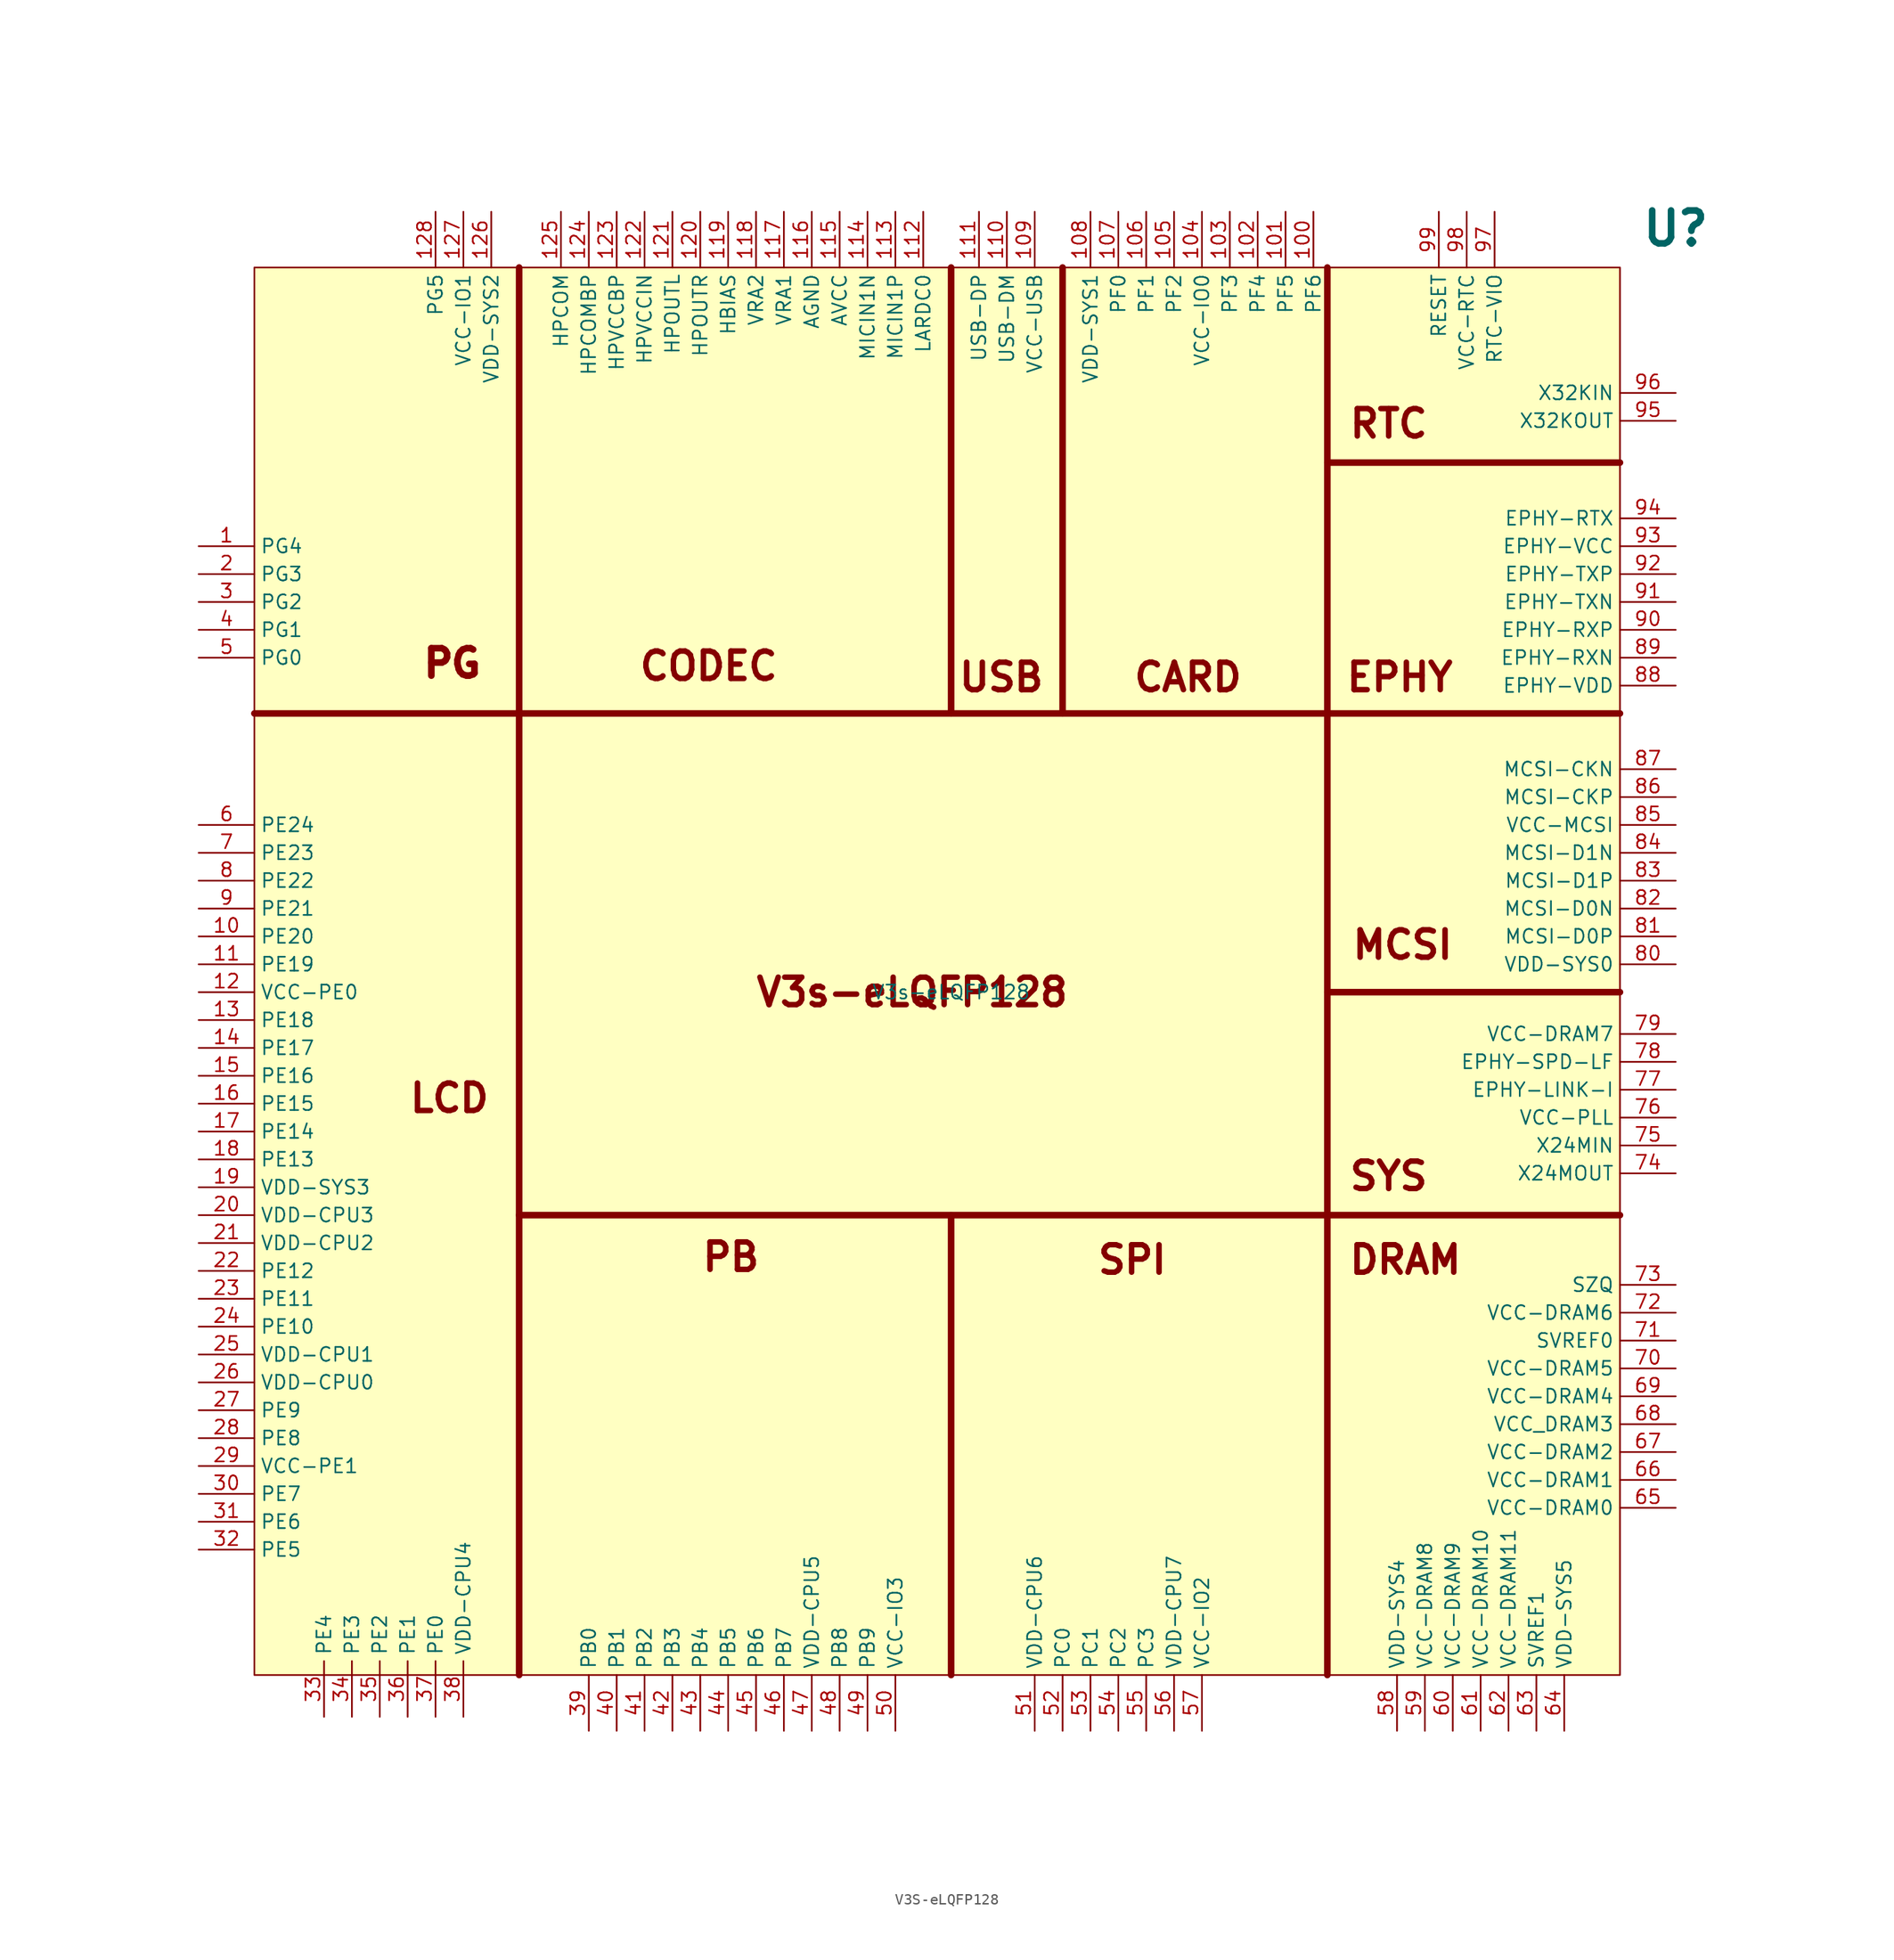
<source format=kicad_sym>
(kicad_symbol_lib
  (version 20241209)
  (generator "kicad_symbol_editor")
  (generator_version "9.0")
  (symbol "V3S-eLQFP128"
    (property "Reference" "U"
      (at 66.04 69.596 0)
      (effects (font (size 3 3) (thickness 0.6) (bold yes))))
    (property "Value" "V3s-eLQFP128"
      (at 0 0 0)
      (effects (font (size 1.27 1.27))))
    (symbol "V3S-eLQFP128_1_1"
      (rectangle (start -63.5 66.04) (end 60.96 -62.23) (stroke (width 0) (type solid)) (fill (type background)))
      (polyline (pts (xy -39.37 66.04) (xy -39.37 -62.23)) (stroke (width 0.6) (type solid)) (fill (type none)))
      (polyline (pts (xy 0 66.04) (xy 0 25.4)) (stroke (width 0.6) (type solid)) (fill (type none)))
      (polyline (pts (xy 0 -62.23) (xy 0 -20.32)) (stroke (width 0.6) (type solid)) (fill (type none)))
      (polyline (pts (xy 10.16 25.4) (xy 10.16 66.04)) (stroke (width 0.6) (type solid)) (fill (type none)))
      (polyline (pts (xy 34.29 48.26) (xy 60.96 48.26)) (stroke (width 0.6) (type solid)) (fill (type none)))
      (polyline (pts (xy 34.29 0) (xy 60.96 0)) (stroke (width 0.6) (type solid)) (fill (type none)))
      (polyline (pts (xy 34.29 -62.23) (xy 34.29 66.04)) (stroke (width 0.6) (type solid)) (fill (type none)))
      (polyline (pts (xy 60.96 25.4) (xy -63.5 25.4)) (stroke (width 0.6) (type solid)) (fill (type none)))
      (polyline (pts (xy 60.96 -20.32) (xy -39.37 -20.32)) (stroke (width 0.6) (type solid)) (fill (type none)))
      (text "LCD" (at -45.72 -9.652 0) (effects (font (size 2.5 2.5) (thickness 0.5) (bold yes))))
      (text "PG" (at -45.466 29.972 0) (effects (font (size 2.5 2.5) (thickness 0.6) (bold yes))))
      (text "CODEC" (at -22.098 29.718 0) (effects (font (size 2.5 2.5) (thickness 0.5) (bold yes))))
      (text "PB" (at -20.066 -24.13 0) (effects (font (size 2.5 2.5) (thickness 0.5) (bold yes))))
      (text "V3s-eLQFP128" (at -3.556 0 0) (effects (font (size 2.5 2.5) (thickness 0.5) (bold yes))))
      (text "USB" (at 4.572 28.702 0) (effects (font (size 2.5 2.5) (thickness 0.5) (bold yes))))
      (text "SPI" (at 16.51 -24.384 0) (effects (font (size 2.5 2.5) (thickness 0.5) (bold yes))))
      (text "CARD" (at 21.59 28.702 0) (effects (font (size 2.5 2.5) (thickness 0.5) (bold yes))))
      (text "RTC" (at 39.878 51.816 0) (effects (font (size 2.5 2.5) (thickness 0.5) (bold yes))))
      (text "SYS" (at 39.878 -16.764 0) (effects (font (size 2.5 2.5) (thickness 0.5) (bold yes))))
      (text "EPHY" (at 40.894 28.702 0) (effects (font (size 2.5 2.5) (thickness 0.5) (bold yes))))
      (text "MCSI" (at 41.148 4.318 0) (effects (font (size 2.5 2.5) (thickness 0.5) (bold yes))))
      (text "DRAM" (at 41.402 -24.384 0) (effects (font (size 2.5 2.5) (thickness 0.5) (bold yes))))
      (pin bidirectional line (at -68.58 40.64 0) (length 5.08) (name "PG4" (effects (font (size 1.27 1.27)))) (number "1" (effects (font (size 1.27 1.27)))) (alternate "PG_EINT4" bidirectional line) (alternate "SDC1_D2" bidirectional line))
      (pin bidirectional line (at -68.58 38.1 0) (length 5.08) (name "PG3" (effects (font (size 1.27 1.27)))) (number "2" (effects (font (size 1.27 1.27)))) (alternate "PG_EINT3" bidirectional line) (alternate "SDC1_D1" bidirectional line))
      (pin bidirectional line (at -68.58 35.56 0) (length 5.08) (name "PG2" (effects (font (size 1.27 1.27)))) (number "3" (effects (font (size 1.27 1.27)))) (alternate "PG_EINT2" bidirectional line) (alternate "SDC1_D0" bidirectional line))
      (pin bidirectional line (at -68.58 33.02 0) (length 5.08) (name "PG1" (effects (font (size 1.27 1.27)))) (number "4" (effects (font (size 1.27 1.27)))) (alternate "PG_EINT1" bidirectional line) (alternate "SDC1_CMD" bidirectional line))
      (pin bidirectional line (at -68.58 30.48 0) (length 5.08) (name "PG0" (effects (font (size 1.27 1.27)))) (number "5" (effects (font (size 1.27 1.27)))) (alternate "PG_EINT0" bidirectional line) (alternate "SDC1_CLK" bidirectional line))
      (pin bidirectional line (at -68.58 15.24 0) (length 5.08) (name "PE24" (effects (font (size 1.27 1.27)))) (number "6" (effects (font (size 1.27 1.27)))) (alternate "LCD_D23" bidirectional line))
      (pin bidirectional line (at -68.58 12.7 0) (length 5.08) (name "PE23" (effects (font (size 1.27 1.27)))) (number "7" (effects (font (size 1.27 1.27)))) (alternate "LCD_D22" bidirectional line))
      (pin bidirectional line (at -68.58 10.16 0) (length 5.08) (name "PE22" (effects (font (size 1.27 1.27)))) (number "8" (effects (font (size 1.27 1.27)))) (alternate "CSI_SDA" bidirectional line) (alternate "TWI_SDA" bidirectional line) (alternate "UART1_RX" bidirectional line))
      (pin bidirectional line (at -68.58 7.62 0) (length 5.08) (name "PE21" (effects (font (size 1.27 1.27)))) (number "9" (effects (font (size 1.27 1.27)))) (alternate "CSI_SCK" bidirectional line) (alternate "TWI1_SCK" bidirectional line) (alternate "UART1_TX" bidirectional line))
      (pin bidirectional line (at -68.58 5.08 0) (length 5.08) (name "PE20" (effects (font (size 1.27 1.27)))) (number "10" (effects (font (size 1.27 1.27)))) (alternate "CSI_FIELD" bidirectional line) (alternate "CSI_MIPI_MCLK" bidirectional line))
      (pin bidirectional line (at -68.58 2.54 0) (length 5.08) (name "PE19" (effects (font (size 1.27 1.27)))) (number "11" (effects (font (size 1.27 1.27)))) (alternate "CSI_D15" bidirectional line) (alternate "LCD_D21" bidirectional line))
      (pin power_in line (at -68.58 0 0) (length 5.08) (name "VCC-PE0" (effects (font (size 1.27 1.27)))) (number "12" (effects (font (size 1.27 1.27)))))
      (pin bidirectional line (at -68.58 -2.54 0) (length 5.08) (name "PE18" (effects (font (size 1.27 1.27)))) (number "13" (effects (font (size 1.27 1.27)))) (alternate "CSI_D14" bidirectional line) (alternate "LCD_D20" bidirectional line))
      (pin bidirectional line (at -68.58 -5.08 0) (length 5.08) (name "PE17" (effects (font (size 1.27 1.27)))) (number "14" (effects (font (size 1.27 1.27)))) (alternate "CSI_D13" bidirectional line) (alternate "LCD_D19" bidirectional line))
      (pin bidirectional line (at -68.58 -7.62 0) (length 5.08) (name "PE16" (effects (font (size 1.27 1.27)))) (number "15" (effects (font (size 1.27 1.27)))) (alternate "CSI_D12" bidirectional line) (alternate "LCD_D15" bidirectional line))
      (pin bidirectional line (at -68.58 -10.16 0) (length 5.08) (name "PE15" (effects (font (size 1.27 1.27)))) (number "16" (effects (font (size 1.27 1.27)))) (alternate "CSI_D11" bidirectional line) (alternate "LCD_D15" bidirectional line))
      (pin bidirectional line (at -68.58 -12.7 0) (length 5.08) (name "PE14" (effects (font (size 1.27 1.27)))) (number "17" (effects (font (size 1.27 1.27)))) (alternate "CSI_D10" bidirectional line) (alternate "LCD_D14" bidirectional line))
      (pin bidirectional line (at -68.58 -15.24 0) (length 5.08) (name "PE13" (effects (font (size 1.27 1.27)))) (number "18" (effects (font (size 1.27 1.27)))) (alternate "CSI_D9" bidirectional line) (alternate "LCD_D13" bidirectional line))
      (pin power_in line (at -68.58 -17.78 0) (length 5.08) (name "VDD-SYS3" (effects (font (size 1.27 1.27)))) (number "19" (effects (font (size 1.27 1.27)))))
      (pin power_in line (at -68.58 -20.32 0) (length 5.08) (name "VDD-CPU3" (effects (font (size 1.27 1.27)))) (number "20" (effects (font (size 1.27 1.27)))))
      (pin power_in line (at -68.58 -22.86 0) (length 5.08) (name "VDD-CPU2" (effects (font (size 1.27 1.27)))) (number "21" (effects (font (size 1.27 1.27)))))
      (pin bidirectional line (at -68.58 -25.4 0) (length 5.08) (name "PE12" (effects (font (size 1.27 1.27)))) (number "22" (effects (font (size 1.27 1.27)))) (alternate "CSI_D8" bidirectional line) (alternate "LCD_D12" bidirectional line))
      (pin bidirectional line (at -68.58 -27.94 0) (length 5.08) (name "PE11" (effects (font (size 1.27 1.27)))) (number "23" (effects (font (size 1.27 1.27)))) (alternate "CSI_D7" bidirectional line) (alternate "LCD_D11" bidirectional line))
      (pin bidirectional line (at -68.58 -30.48 0) (length 5.08) (name "PE10" (effects (font (size 1.27 1.27)))) (number "24" (effects (font (size 1.27 1.27)))) (alternate "CSI_D6" bidirectional line) (alternate "LCD_D10" bidirectional line))
      (pin power_in line (at -68.58 -33.02 0) (length 5.08) (name "VDD-CPU1" (effects (font (size 1.27 1.27)))) (number "25" (effects (font (size 1.27 1.27)))))
      (pin power_in line (at -68.58 -35.56 0) (length 5.08) (name "VDD-CPU0" (effects (font (size 1.27 1.27)))) (number "26" (effects (font (size 1.27 1.27)))))
      (pin bidirectional line (at -68.58 -38.1 0) (length 5.08) (name "PE9" (effects (font (size 1.27 1.27)))) (number "27" (effects (font (size 1.27 1.27)))) (alternate "CSI_D5" bidirectional line) (alternate "LCD_D7" bidirectional line))
      (pin bidirectional line (at -68.58 -40.64 0) (length 5.08) (name "PE8" (effects (font (size 1.27 1.27)))) (number "28" (effects (font (size 1.27 1.27)))) (alternate "CSI_D4" bidirectional line) (alternate "LCD_D6" bidirectional line))
      (pin power_in line (at -68.58 -43.18 0) (length 5.08) (name "VCC-PE1" (effects (font (size 1.27 1.27)))) (number "29" (effects (font (size 1.27 1.27)))))
      (pin bidirectional line (at -68.58 -45.72 0) (length 5.08) (name "PE7" (effects (font (size 1.27 1.27)))) (number "30" (effects (font (size 1.27 1.27)))) (alternate "CSI_D3" bidirectional line) (alternate "LCD_D5" bidirectional line))
      (pin bidirectional line (at -68.58 -48.26 0) (length 5.08) (name "PE6" (effects (font (size 1.27 1.27)))) (number "31" (effects (font (size 1.27 1.27)))) (alternate "CSI_D2" bidirectional line) (alternate "LCD_D4" bidirectional line))
      (pin bidirectional line (at -68.58 -50.8 0) (length 5.08) (name "PE5" (effects (font (size 1.27 1.27)))) (number "32" (effects (font (size 1.27 1.27)))) (alternate "CSI_D1" bidirectional line) (alternate "LCD_D3" bidirectional line))
      (pin bidirectional line (at -57.15 -66.04 90) (length 5.08) (name "PE4" (effects (font (size 1.27 1.27)))) (number "33" (effects (font (size 1.27 1.27)))) (alternate "CSI_D0" bidirectional line) (alternate "LCD_D2" bidirectional line))
      (pin bidirectional line (at -54.61 -66.04 90) (length 5.08) (name "PE3" (effects (font (size 1.27 1.27)))) (number "34" (effects (font (size 1.27 1.27)))) (alternate "CSI_VSYNC" bidirectional line) (alternate "LCD_VSYNC" bidirectional line))
      (pin bidirectional line (at -52.07 -66.04 90) (length 5.08) (name "PE2" (effects (font (size 1.27 1.27)))) (number "35" (effects (font (size 1.27 1.27)))) (alternate "CSI_HSYNC" bidirectional line) (alternate "LCD_HSYNC" bidirectional line))
      (pin bidirectional line (at -49.53 -66.04 90) (length 5.08) (name "PE1" (effects (font (size 1.27 1.27)))) (number "36" (effects (font (size 1.27 1.27)))) (alternate "CSI_MCLK" bidirectional line) (alternate "LCD_DE" bidirectional line))
      (pin bidirectional line (at -46.99 71.12 270) (length 5.08) (name "PG5" (effects (font (size 1.27 1.27)))) (number "128" (effects (font (size 1.27 1.27)))) (alternate "PG_EINT5" bidirectional line) (alternate "SDC1_D3" bidirectional line))
      (pin bidirectional line (at -46.99 -66.04 90) (length 5.08) (name "PE0" (effects (font (size 1.27 1.27)))) (number "37" (effects (font (size 1.27 1.27)))) (alternate "CSI_PCLK" bidirectional line) (alternate "LCD_CLK" bidirectional line))
      (pin power_in line (at -44.45 71.12 270) (length 5.08) (name "VCC-IO1" (effects (font (size 1.27 1.27)))) (number "127" (effects (font (size 1.27 1.27)))))
      (pin power_in line (at -44.45 -66.04 90) (length 5.08) (name "VDD-CPU4" (effects (font (size 1.27 1.27)))) (number "38" (effects (font (size 1.27 1.27)))))
      (pin power_in line (at -41.91 71.12 270) (length 5.08) (name "VDD-SYS2" (effects (font (size 1.27 1.27)))) (number "126" (effects (font (size 1.27 1.27)))))
      (pin bidirectional line (at -35.56 71.12 270) (length 5.08) (name "HPCOM" (effects (font (size 1.27 1.27)))) (number "125" (effects (font (size 1.27 1.27)))))
      (pin bidirectional line (at -33.02 71.12 270) (length 5.08) (name "HPCOMBP" (effects (font (size 1.27 1.27)))) (number "124" (effects (font (size 1.27 1.27)))))
      (pin bidirectional line (at -33.02 -67.31 90) (length 5.08) (name "PB0" (effects (font (size 1.27 1.27)))) (number "39" (effects (font (size 1.27 1.27)))) (alternate "PB_EINT0" bidirectional line) (alternate "UART2_TX" output line))
      (pin bidirectional line (at -30.48 71.12 270) (length 5.08) (name "HPVCCBP" (effects (font (size 1.27 1.27)))) (number "123" (effects (font (size 1.27 1.27)))))
      (pin bidirectional line (at -30.48 -67.31 90) (length 5.08) (name "PB1" (effects (font (size 1.27 1.27)))) (number "40" (effects (font (size 1.27 1.27)))) (alternate "PB_EINT1" bidirectional line) (alternate "UART2_RX" input line))
      (pin power_in line (at -27.94 71.12 270) (length 5.08) (name "HPVCCIN" (effects (font (size 1.27 1.27)))) (number "122" (effects (font (size 1.27 1.27)))))
      (pin bidirectional line (at -27.94 -67.31 90) (length 5.08) (name "PB2" (effects (font (size 1.27 1.27)))) (number "41" (effects (font (size 1.27 1.27)))) (alternate "PB_EINT2" bidirectional line) (alternate "UART2_RTS" output line))
      (pin bidirectional line (at -25.4 71.12 270) (length 5.08) (name "HPOUTL" (effects (font (size 1.27 1.27)))) (number "121" (effects (font (size 1.27 1.27)))))
      (pin bidirectional line (at -25.4 -67.31 90) (length 5.08) (name "PB3" (effects (font (size 1.27 1.27)))) (number "42" (effects (font (size 1.27 1.27)))) (alternate "PB_EINT3" bidirectional line) (alternate "UART2_CTS" input line))
      (pin bidirectional line (at -22.86 71.12 270) (length 5.08) (name "HPOUTR" (effects (font (size 1.27 1.27)))) (number "120" (effects (font (size 1.27 1.27)))))
      (pin bidirectional line (at -22.86 -67.31 90) (length 5.08) (name "PB4" (effects (font (size 1.27 1.27)))) (number "43" (effects (font (size 1.27 1.27)))) (alternate "PB_EINT4" bidirectional line) (alternate "PWM0" bidirectional line))
      (pin bidirectional line (at -20.32 71.12 270) (length 5.08) (name "HBIAS" (effects (font (size 1.27 1.27)))) (number "119" (effects (font (size 1.27 1.27)))))
      (pin bidirectional line (at -20.32 -67.31 90) (length 5.08) (name "PB5" (effects (font (size 1.27 1.27)))) (number "44" (effects (font (size 1.27 1.27)))) (alternate "PB_EINT5" bidirectional line) (alternate "PWM1" bidirectional line))
      (pin bidirectional line (at -17.78 71.12 270) (length 5.08) (name "VRA2" (effects (font (size 1.27 1.27)))) (number "118" (effects (font (size 1.27 1.27)))))
      (pin bidirectional line (at -17.78 -67.31 90) (length 5.08) (name "PB6" (effects (font (size 1.27 1.27)))) (number "45" (effects (font (size 1.27 1.27)))) (alternate "PB_EINT6" bidirectional line) (alternate "TWI0_SCK" bidirectional line))
      (pin bidirectional line (at -15.24 71.12 270) (length 5.08) (name "VRA1" (effects (font (size 1.27 1.27)))) (number "117" (effects (font (size 1.27 1.27)))))
      (pin bidirectional line (at -15.24 -67.31 90) (length 5.08) (name "PB7" (effects (font (size 1.27 1.27)))) (number "46" (effects (font (size 1.27 1.27)))) (alternate "PB_EINT7" bidirectional line) (alternate "TWI0_SDA" bidirectional line))
      (pin power_in line (at -12.7 71.12 270) (length 5.08) (name "AGND" (effects (font (size 1.27 1.27)))) (number "116" (effects (font (size 1.27 1.27)))))
      (pin power_in line (at -12.7 -67.31 90) (length 5.08) (name "VDD-CPU5" (effects (font (size 1.27 1.27)))) (number "47" (effects (font (size 1.27 1.27)))))
      (pin power_in line (at -10.16 71.12 270) (length 5.08) (name "AVCC" (effects (font (size 1.27 1.27)))) (number "115" (effects (font (size 1.27 1.27)))))
      (pin bidirectional line (at -10.16 -67.31 90) (length 5.08) (name "PB8" (effects (font (size 1.27 1.27)))) (number "48" (effects (font (size 1.27 1.27)))) (alternate "PB_EINT8" bidirectional line) (alternate "TWI1_SCK" bidirectional line) (alternate "UART0_TX" output line))
      (pin bidirectional line (at -7.62 71.12 270) (length 5.08) (name "MICIN1N" (effects (font (size 1.27 1.27)))) (number "114" (effects (font (size 1.27 1.27)))))
      (pin bidirectional line (at -7.62 -67.31 90) (length 5.08) (name "PB9" (effects (font (size 1.27 1.27)))) (number "49" (effects (font (size 1.27 1.27)))) (alternate "PB_EINT9" bidirectional line) (alternate "TWI1_SDA" bidirectional line) (alternate "UART0_RX" input line))
      (pin bidirectional line (at -5.08 71.12 270) (length 5.08) (name "MICIN1P" (effects (font (size 1.27 1.27)))) (number "113" (effects (font (size 1.27 1.27)))))
      (pin power_in line (at -5.08 -67.31 90) (length 5.08) (name "VCC-IO3" (effects (font (size 1.27 1.27)))) (number "50" (effects (font (size 1.27 1.27)))))
      (pin bidirectional line (at -2.54 71.12 270) (length 5.08) (name "LARDC0" (effects (font (size 1.27 1.27)))) (number "112" (effects (font (size 1.27 1.27)))))
      (pin bidirectional line (at 2.54 71.12 270) (length 5.08) (name "USB-DP" (effects (font (size 1.27 1.27)))) (number "111" (effects (font (size 1.27 1.27)))))
      (pin bidirectional line (at 5.08 71.12 270) (length 5.08) (name "USB-DM" (effects (font (size 1.27 1.27)))) (number "110" (effects (font (size 1.27 1.27)))))
      (pin power_in line (at 7.62 71.12 270) (length 5.08) (name "VCC-USB" (effects (font (size 1.27 1.27)))) (number "109" (effects (font (size 1.27 1.27)))))
      (pin power_in line (at 7.62 -67.31 90) (length 5.08) (name "VDD-CPU6" (effects (font (size 1.27 1.27)))) (number "51" (effects (font (size 1.27 1.27)))))
      (pin bidirectional line (at 10.16 -67.31 90) (length 5.08) (name "PC0" (effects (font (size 1.27 1.27)))) (number "52" (effects (font (size 1.27 1.27)))) (alternate "SDC2_CLK" bidirectional line) (alternate "SPI_MISO" bidirectional line))
      (pin power_in line (at 12.7 71.12 270) (length 5.08) (name "VDD-SYS1" (effects (font (size 1.27 1.27)))) (number "108" (effects (font (size 1.27 1.27)))))
      (pin bidirectional line (at 12.7 -67.31 90) (length 5.08) (name "PC1" (effects (font (size 1.27 1.27)))) (number "53" (effects (font (size 1.27 1.27)))) (alternate "SDC2_CMD" bidirectional line) (alternate "SPI_CLK" bidirectional line))
      (pin bidirectional line (at 15.24 71.12 270) (length 5.08) (name "PF0" (effects (font (size 1.27 1.27)))) (number "107" (effects (font (size 1.27 1.27)))) (alternate "JTAG_MS1" bidirectional line) (alternate "SDC0_D1" bidirectional line))
      (pin bidirectional line (at 15.24 -67.31 90) (length 5.08) (name "PC2" (effects (font (size 1.27 1.27)))) (number "54" (effects (font (size 1.27 1.27)))) (alternate "SDC2_RST" bidirectional line) (alternate "SPI_CS" bidirectional line))
      (pin bidirectional line (at 17.78 71.12 270) (length 5.08) (name "PF1" (effects (font (size 1.27 1.27)))) (number "106" (effects (font (size 1.27 1.27)))) (alternate "JTAG_DI1" bidirectional line) (alternate "SDC0_D0" bidirectional line))
      (pin bidirectional line (at 17.78 -67.31 90) (length 5.08) (name "PC3" (effects (font (size 1.27 1.27)))) (number "55" (effects (font (size 1.27 1.27)))) (alternate "SDC2_D0" bidirectional line) (alternate "SPI_MOSI" bidirectional line))
      (pin bidirectional line (at 20.32 71.12 270) (length 5.08) (name "PF2" (effects (font (size 1.27 1.27)))) (number "105" (effects (font (size 1.27 1.27)))) (alternate "SDC0_CLK" bidirectional line) (alternate "UART0_TX" bidirectional line))
      (pin power_in line (at 20.32 -67.31 90) (length 5.08) (name "VDD-CPU7" (effects (font (size 1.27 1.27)))) (number "56" (effects (font (size 1.27 1.27)))))
      (pin power_in line (at 22.86 71.12 270) (length 5.08) (name "VCC-IO0" (effects (font (size 1.27 1.27)))) (number "104" (effects (font (size 1.27 1.27)))))
      (pin power_in line (at 22.86 -67.31 90) (length 5.08) (name "VCC-IO2" (effects (font (size 1.27 1.27)))) (number "57" (effects (font (size 1.27 1.27)))))
      (pin bidirectional line (at 25.4 71.12 270) (length 5.08) (name "PF3" (effects (font (size 1.27 1.27)))) (number "103" (effects (font (size 1.27 1.27)))) (alternate "JTAG_D01" bidirectional line) (alternate "SDC0_CMD" bidirectional line))
      (pin bidirectional line (at 27.94 71.12 270) (length 5.08) (name "PF4" (effects (font (size 1.27 1.27)))) (number "102" (effects (font (size 1.27 1.27)))) (alternate "SDC0_D3" bidirectional line) (alternate "UART0_RX" bidirectional line))
      (pin bidirectional line (at 30.48 71.12 270) (length 5.08) (name "PF5" (effects (font (size 1.27 1.27)))) (number "101" (effects (font (size 1.27 1.27)))) (alternate "JTAG_CK1" bidirectional line) (alternate "SDC0_D2" bidirectional line))
      (pin bidirectional line (at 33.02 71.12 270) (length 5.08) (name "PF6" (effects (font (size 1.27 1.27)))) (number "100" (effects (font (size 1.27 1.27)))))
      (pin power_in line (at 40.64 -67.31 90) (length 5.08) (name "VDD-SYS4" (effects (font (size 1.27 1.27)))) (number "58" (effects (font (size 1.27 1.27)))))
      (pin power_in line (at 43.18 -67.31 90) (length 5.08) (name "VCC-DRAM8" (effects (font (size 1.27 1.27)))) (number "59" (effects (font (size 1.27 1.27)))))
      (pin input line (at 44.45 71.12 270) (length 5.08) (name "RESET" (effects (font (size 1.27 1.27)))) (number "99" (effects (font (size 1.27 1.27)))))
      (pin power_in line (at 45.72 -67.31 90) (length 5.08) (name "VCC-DRAM9" (effects (font (size 1.27 1.27)))) (number "60" (effects (font (size 1.27 1.27)))))
      (pin power_in line (at 46.99 71.12 270) (length 5.08) (name "VCC-RTC" (effects (font (size 1.27 1.27)))) (number "98" (effects (font (size 1.27 1.27)))))
      (pin power_in line (at 48.26 -67.31 90) (length 5.08) (name "VCC-DRAM10" (effects (font (size 1.27 1.27)))) (number "61" (effects (font (size 1.27 1.27)))))
      (pin power_in line (at 49.53 71.12 270) (length 5.08) (name "RTC-VIO" (effects (font (size 1.27 1.27)))) (number "97" (effects (font (size 1.27 1.27)))))
      (pin power_in line (at 50.8 -67.31 90) (length 5.08) (name "VCC-DRAM11" (effects (font (size 1.27 1.27)))) (number "62" (effects (font (size 1.27 1.27)))))
      (pin power_in line (at 53.34 -67.31 90) (length 5.08) (name "SVREF1" (effects (font (size 1.27 1.27)))) (number "63" (effects (font (size 1.27 1.27)))))
      (pin power_in line (at 55.88 -67.31 90) (length 5.08) (name "VDD-SYS5" (effects (font (size 1.27 1.27)))) (number "64" (effects (font (size 1.27 1.27)))))
      (pin bidirectional line (at 66.04 54.61 180) (length 5.08) (name "X32KIN" (effects (font (size 1.27 1.27)))) (number "96" (effects (font (size 1.27 1.27)))))
      (pin bidirectional line (at 66.04 52.07 180) (length 5.08) (name "X32KOUT" (effects (font (size 1.27 1.27)))) (number "95" (effects (font (size 1.27 1.27)))))
      (pin bidirectional line (at 66.04 43.18 180) (length 5.08) (name "EPHY-RTX" (effects (font (size 1.27 1.27)))) (number "94" (effects (font (size 1.27 1.27)))))
      (pin power_in line (at 66.04 40.64 180) (length 5.08) (name "EPHY-VCC" (effects (font (size 1.27 1.27)))) (number "93" (effects (font (size 1.27 1.27)))))
      (pin bidirectional line (at 66.04 38.1 180) (length 5.08) (name "EPHY-TXP" (effects (font (size 1.27 1.27)))) (number "92" (effects (font (size 1.27 1.27)))))
      (pin bidirectional line (at 66.04 35.56 180) (length 5.08) (name "EPHY-TXN" (effects (font (size 1.27 1.27)))) (number "91" (effects (font (size 1.27 1.27)))))
      (pin bidirectional line (at 66.04 33.02 180) (length 5.08) (name "EPHY-RXP" (effects (font (size 1.27 1.27)))) (number "90" (effects (font (size 1.27 1.27)))))
      (pin bidirectional line (at 66.04 30.48 180) (length 5.08) (name "EPHY-RXN" (effects (font (size 1.27 1.27)))) (number "89" (effects (font (size 1.27 1.27)))))
      (pin power_in line (at 66.04 27.94 180) (length 5.08) (name "EPHY-VDD" (effects (font (size 1.27 1.27)))) (number "88" (effects (font (size 1.27 1.27)))))
      (pin bidirectional line (at 66.04 20.32 180) (length 5.08) (name "MCSI-CKN" (effects (font (size 1.27 1.27)))) (number "87" (effects (font (size 1.27 1.27)))))
      (pin bidirectional line (at 66.04 17.78 180) (length 5.08) (name "MCSI-CKP" (effects (font (size 1.27 1.27)))) (number "86" (effects (font (size 1.27 1.27)))))
      (pin power_in line (at 66.04 15.24 180) (length 5.08) (name "VCC-MCSI" (effects (font (size 1.27 1.27)))) (number "85" (effects (font (size 1.27 1.27)))))
      (pin bidirectional line (at 66.04 12.7 180) (length 5.08) (name "MCSI-D1N" (effects (font (size 1.27 1.27)))) (number "84" (effects (font (size 1.27 1.27)))))
      (pin bidirectional line (at 66.04 10.16 180) (length 5.08) (name "MCSI-D1P" (effects (font (size 1.27 1.27)))) (number "83" (effects (font (size 1.27 1.27)))))
      (pin bidirectional line (at 66.04 7.62 180) (length 5.08) (name "MCSI-D0N" (effects (font (size 1.27 1.27)))) (number "82" (effects (font (size 1.27 1.27)))))
      (pin bidirectional line (at 66.04 5.08 180) (length 5.08) (name "MCSI-D0P" (effects (font (size 1.27 1.27)))) (number "81" (effects (font (size 1.27 1.27)))))
      (pin power_in line (at 66.04 2.54 180) (length 5.08) (name "VDD-SYS0" (effects (font (size 1.27 1.27)))) (number "80" (effects (font (size 1.27 1.27)))))
      (pin power_in line (at 66.04 -3.81 180) (length 5.08) (name "VCC-DRAM7" (effects (font (size 1.27 1.27)))) (number "79" (effects (font (size 1.27 1.27)))))
      (pin output line (at 66.04 -6.35 180) (length 5.08) (name "EPHY-SPD-LF" (effects (font (size 1.27 1.27)))) (number "78" (effects (font (size 1.27 1.27)))))
      (pin output line (at 66.04 -8.89 180) (length 5.08) (name "EPHY-LINK-I" (effects (font (size 1.27 1.27)))) (number "77" (effects (font (size 1.27 1.27)))))
      (pin power_in line (at 66.04 -11.43 180) (length 5.08) (name "VCC-PLL" (effects (font (size 1.27 1.27)))) (number "76" (effects (font (size 1.27 1.27)))))
      (pin bidirectional line (at 66.04 -13.97 180) (length 5.08) (name "X24MIN" (effects (font (size 1.27 1.27)))) (number "75" (effects (font (size 1.27 1.27)))))
      (pin bidirectional line (at 66.04 -16.51 180) (length 5.08) (name "X24MOUT" (effects (font (size 1.27 1.27)))) (number "74" (effects (font (size 1.27 1.27)))))
      (pin unspecified line (at 66.04 -26.67 180) (length 5.08) (name "SZQ" (effects (font (size 1.27 1.27)))) (number "73" (effects (font (size 1.27 1.27)))))
      (pin power_in line (at 66.04 -29.21 180) (length 5.08) (name "VCC-DRAM6" (effects (font (size 1.27 1.27)))) (number "72" (effects (font (size 1.27 1.27)))))
      (pin power_in line (at 66.04 -31.75 180) (length 5.08) (name "SVREF0" (effects (font (size 1.27 1.27)))) (number "71" (effects (font (size 1.27 1.27)))))
      (pin power_in line (at 66.04 -34.29 180) (length 5.08) (name "VCC-DRAM5" (effects (font (size 1.27 1.27)))) (number "70" (effects (font (size 1.27 1.27)))))
      (pin power_in line (at 66.04 -36.83 180) (length 5.08) (name "VCC-DRAM4" (effects (font (size 1.27 1.27)))) (number "69" (effects (font (size 1.27 1.27)))))
      (pin power_in line (at 66.04 -39.37 180) (length 5.08) (name "VCC_DRAM3" (effects (font (size 1.27 1.27)))) (number "68" (effects (font (size 1.27 1.27)))))
      (pin power_in line (at 66.04 -41.91 180) (length 5.08) (name "VCC-DRAM2" (effects (font (size 1.27 1.27)))) (number "67" (effects (font (size 1.27 1.27)))))
      (pin power_in line (at 66.04 -44.45 180) (length 5.08) (name "VCC-DRAM1" (effects (font (size 1.27 1.27)))) (number "66" (effects (font (size 1.27 1.27)))))
      (pin power_in line (at 66.04 -46.99 180) (length 5.08) (name "VCC-DRAM0" (effects (font (size 1.27 1.27)))) (number "65" (effects (font (size 1.27 1.27))))))))
</source>
